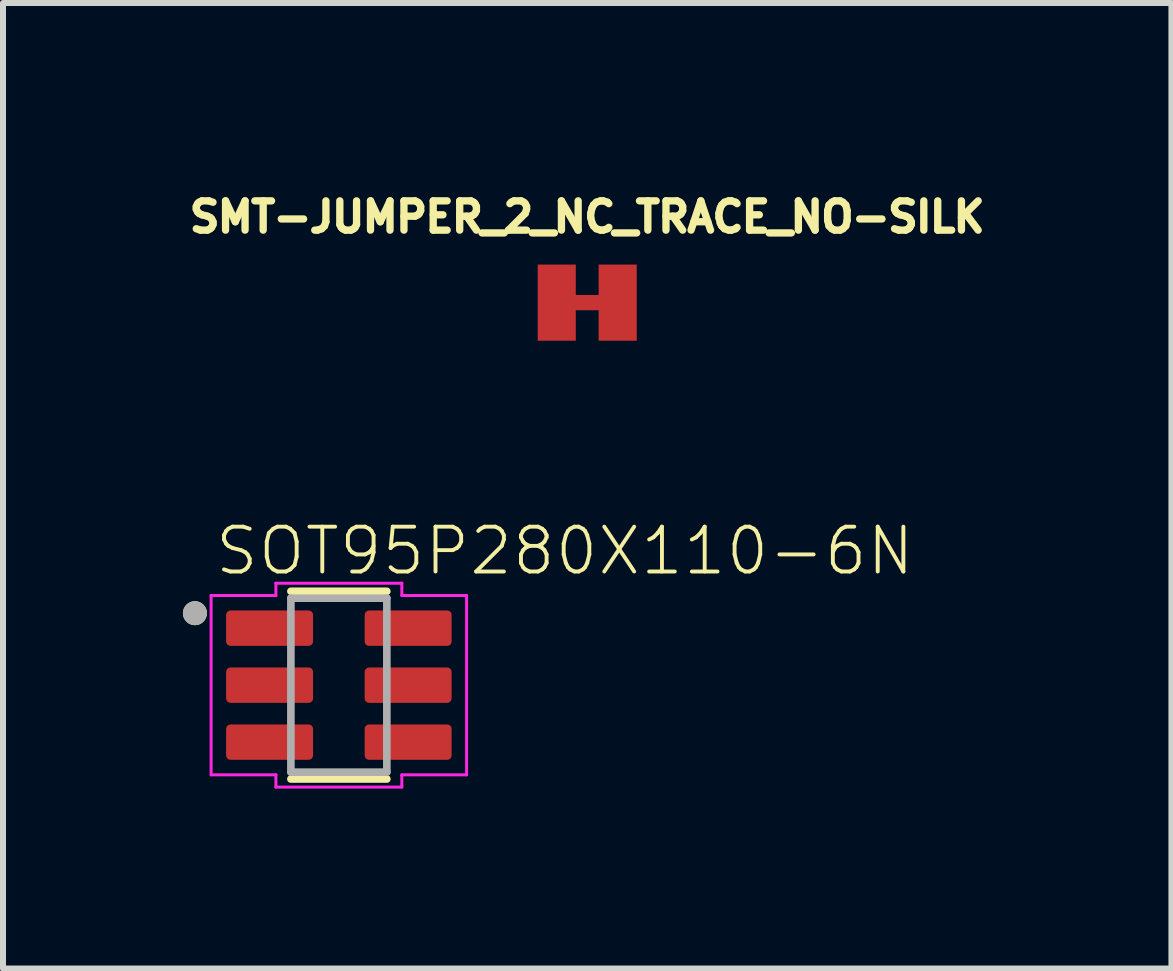
<source format=kicad_pcb>
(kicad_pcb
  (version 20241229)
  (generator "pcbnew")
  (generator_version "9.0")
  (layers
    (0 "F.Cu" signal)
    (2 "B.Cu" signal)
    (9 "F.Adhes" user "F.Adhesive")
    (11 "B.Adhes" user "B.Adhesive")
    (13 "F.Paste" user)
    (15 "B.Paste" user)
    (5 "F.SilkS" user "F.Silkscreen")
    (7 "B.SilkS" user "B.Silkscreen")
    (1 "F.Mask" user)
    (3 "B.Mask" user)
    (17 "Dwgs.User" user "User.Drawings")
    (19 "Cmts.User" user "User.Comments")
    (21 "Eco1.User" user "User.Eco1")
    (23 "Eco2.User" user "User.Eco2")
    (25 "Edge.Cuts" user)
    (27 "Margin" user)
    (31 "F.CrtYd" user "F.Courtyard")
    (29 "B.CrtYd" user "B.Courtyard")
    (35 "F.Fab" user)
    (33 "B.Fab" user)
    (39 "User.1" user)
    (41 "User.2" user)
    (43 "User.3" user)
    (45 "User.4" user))
  (footprint "SMT-JUMPER_2_NC_TRACE_NO-SILK"
    (layer "F.Cu")
    (at 6.741 1.996)
    (property "Reference" "SMT-JUMPER_2_NC_TRACE_NO-SILK" (at 0 -1.143 0) (layer "F.SilkS") (effects (font (size 0.488 0.488) (thickness 0.122)) (justify bottom)))
    (fp_poly (pts (xy -0.203 0.127) (xy 0.203 0.127) (xy 0.203 -0.127) (xy -0.203 -0.127)) (stroke (width 0) (type default)) (fill yes) (layer "F.Cu"))
    (fp_poly (pts (xy 0.254 0.191) (xy -0.254 0.191) (xy -0.254 -0.191) (xy 0.254 -0.191)) (stroke (width 0) (type default)) (fill yes) (layer "F.Mask"))
    (pad "1" smd rect (at -0.508 0) (size 0.635 1.27) (layers "F.Cu" "F.Mask"))
    (pad "2" smd rect (at 0.508 0) (size 0.635 1.27) (layers "F.Cu" "F.Mask")))
  (footprint "SOT95P280X110-6N"
    (layer "F.Cu")
    (at 2.6 8.374)
    (property "Reference" "SOT95P280X110-6N" (at -2.1 -1.8 0) (layer "F.SilkS") (effects (font (size 0.748 0.748) (thickness 0.065)) (justify left bottom)))
    (fp_line (start -0.8 -1.565) (end 0.8 -1.565) (stroke (width 0.127) (type solid)) (layer "F.SilkS"))
    (fp_line (start -0.8 1.565) (end 0.8 1.565) (stroke (width 0.127) (type solid)) (layer "F.SilkS"))
    (fp_circle (center -2.4 -1.2) (end -2.3 -1.2) (stroke (width 0.2) (type solid)) (fill no) (layer "F.SilkS"))
    (fp_line (start -2.13 -1.495) (end -2.13 1.495) (stroke (width 0.05) (type solid)) (layer "F.CrtYd"))
    (fp_line (start -2.13 1.495) (end -1.05 1.495) (stroke (width 0.05) (type solid)) (layer "F.CrtYd"))
    (fp_line (start -1.05 -1.7) (end -1.05 -1.495) (stroke (width 0.05) (type solid)) (layer "F.CrtYd"))
    (fp_line (start -1.05 -1.495) (end -2.13 -1.495) (stroke (width 0.05) (type solid)) (layer "F.CrtYd"))
    (fp_line (start -1.05 1.495) (end -1.05 1.7) (stroke (width 0.05) (type solid)) (layer "F.CrtYd"))
    (fp_line (start -1.05 1.7) (end 1.05 1.7) (stroke (width 0.05) (type solid)) (layer "F.CrtYd"))
    (fp_line (start 1.05 -1.7) (end -1.05 -1.7) (stroke (width 0.05) (type solid)) (layer "F.CrtYd"))
    (fp_line (start 1.05 -1.495) (end 1.05 -1.7) (stroke (width 0.05) (type solid)) (layer "F.CrtYd"))
    (fp_line (start 1.05 1.495) (end 2.13 1.495) (stroke (width 0.05) (type solid)) (layer "F.CrtYd"))
    (fp_line (start 1.05 1.7) (end 1.05 1.495) (stroke (width 0.05) (type solid)) (layer "F.CrtYd"))
    (fp_line (start 2.13 -1.495) (end 1.05 -1.495) (stroke (width 0.05) (type solid)) (layer "F.CrtYd"))
    (fp_line (start 2.13 1.495) (end 2.13 -1.495) (stroke (width 0.05) (type solid)) (layer "F.CrtYd"))
    (fp_line (start -0.8 -1.45) (end -0.8 1.45) (stroke (width 0.127) (type solid)) (layer "F.Fab"))
    (fp_line (start -0.8 1.45) (end 0.8 1.45) (stroke (width 0.127) (type solid)) (layer "F.Fab"))
    (fp_line (start 0.8 -1.45) (end -0.8 -1.45) (stroke (width 0.127) (type solid)) (layer "F.Fab"))
    (fp_line (start 0.8 1.45) (end 0.8 -1.45) (stroke (width 0.127) (type solid)) (layer "F.Fab"))
    (fp_circle (center -2.4 -1.2) (end -2.3 -1.2) (stroke (width 0.2) (type solid)) (fill no) (layer "F.Fab"))
    (pad "1" smd roundrect (at -1.155 -0.95) (size 1.45 0.59) (layers "F.Cu" "F.Mask" "F.Paste") (roundrect_rratio 0.125))
    (pad "2" smd roundrect (at -1.155 0) (size 1.45 0.59) (layers "F.Cu" "F.Mask" "F.Paste") (roundrect_rratio 0.125))
    (pad "3" smd roundrect (at -1.155 0.95) (size 1.45 0.59) (layers "F.Cu" "F.Mask" "F.Paste") (roundrect_rratio 0.125))
    (pad "4" smd roundrect (at 1.155 0.95) (size 1.45 0.59) (layers "F.Cu" "F.Mask" "F.Paste") (roundrect_rratio 0.125))
    (pad "5" smd roundrect (at 1.155 0) (size 1.45 0.59) (layers "F.Cu" "F.Mask" "F.Paste") (roundrect_rratio 0.125))
    (pad "6" smd roundrect (at 1.155 -0.95) (size 1.45 0.59) (layers "F.Cu" "F.Mask" "F.Paste") (roundrect_rratio 0.125)))
  (gr_rect
    (start -3 -3)
    (end 16.482 13.099)
    (stroke (width 0.1) (type default))
    (fill no)
    (layer "Edge.Cuts")))
</source>
